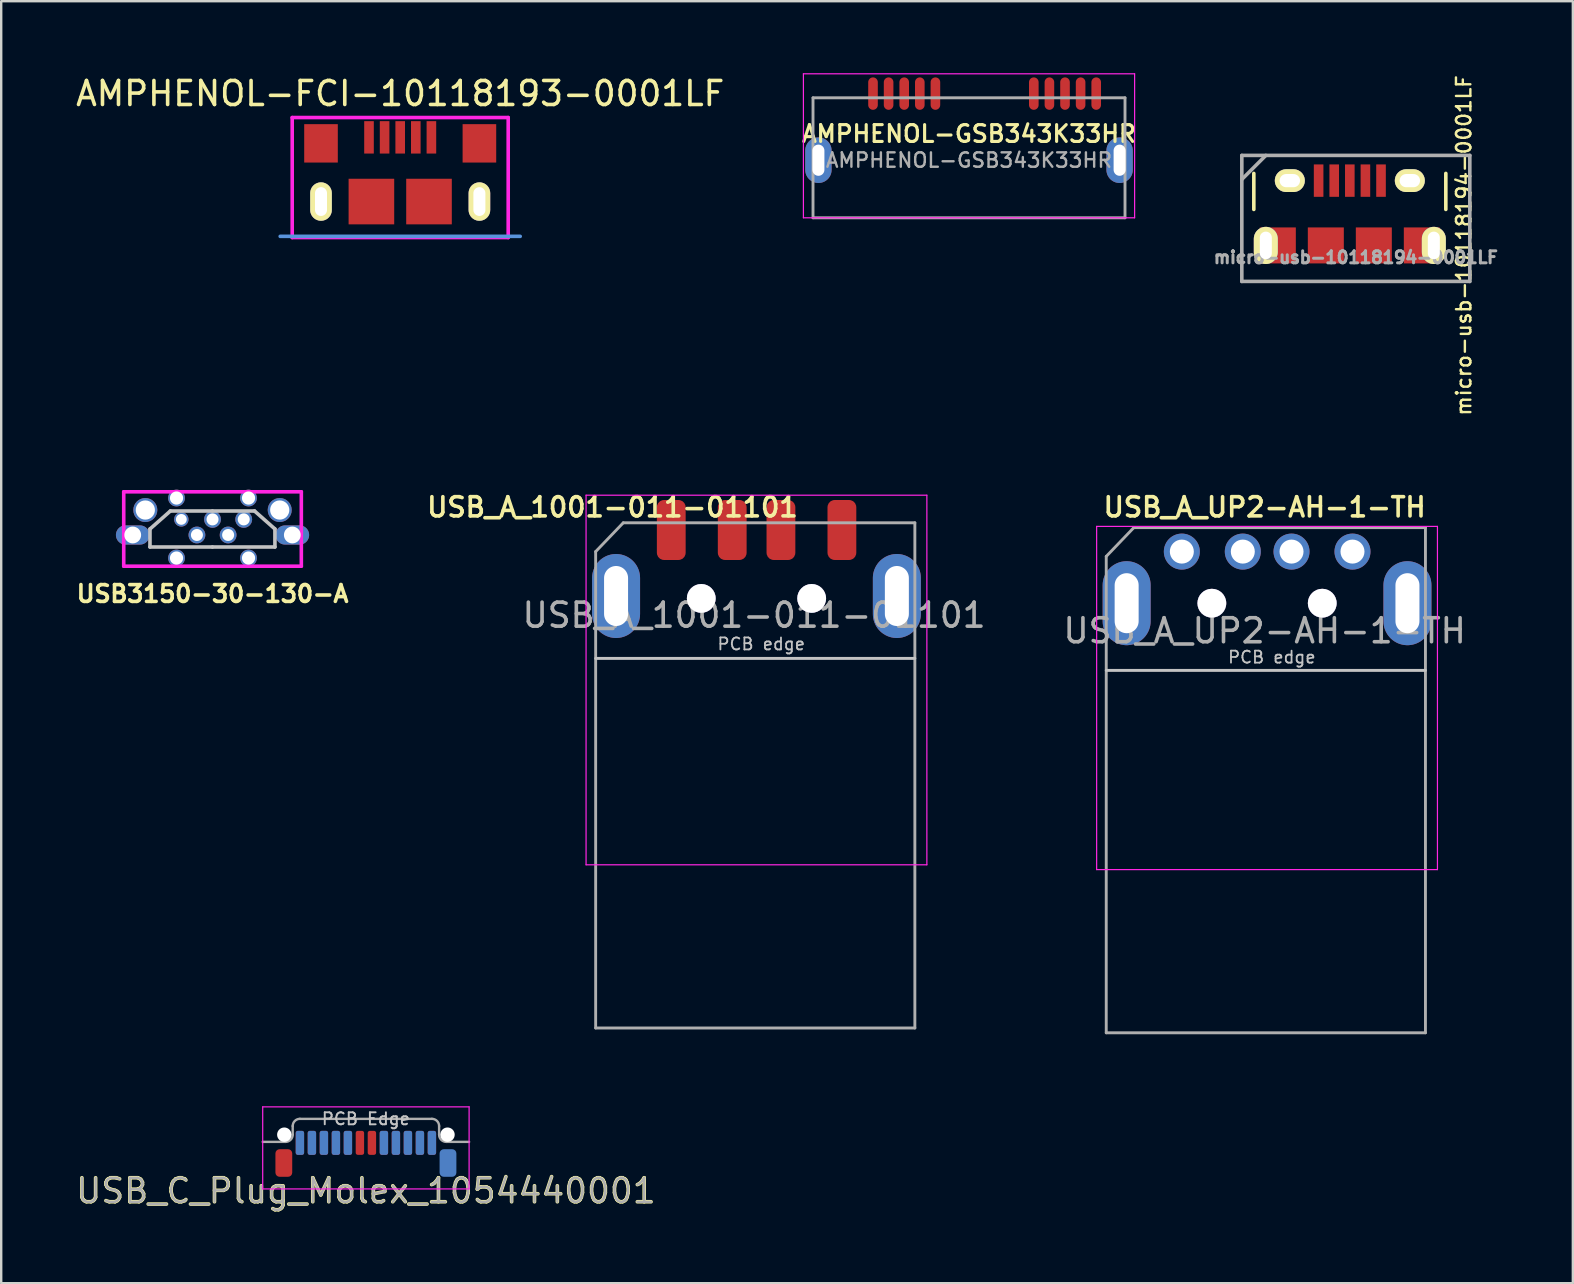
<source format=kicad_pcb>
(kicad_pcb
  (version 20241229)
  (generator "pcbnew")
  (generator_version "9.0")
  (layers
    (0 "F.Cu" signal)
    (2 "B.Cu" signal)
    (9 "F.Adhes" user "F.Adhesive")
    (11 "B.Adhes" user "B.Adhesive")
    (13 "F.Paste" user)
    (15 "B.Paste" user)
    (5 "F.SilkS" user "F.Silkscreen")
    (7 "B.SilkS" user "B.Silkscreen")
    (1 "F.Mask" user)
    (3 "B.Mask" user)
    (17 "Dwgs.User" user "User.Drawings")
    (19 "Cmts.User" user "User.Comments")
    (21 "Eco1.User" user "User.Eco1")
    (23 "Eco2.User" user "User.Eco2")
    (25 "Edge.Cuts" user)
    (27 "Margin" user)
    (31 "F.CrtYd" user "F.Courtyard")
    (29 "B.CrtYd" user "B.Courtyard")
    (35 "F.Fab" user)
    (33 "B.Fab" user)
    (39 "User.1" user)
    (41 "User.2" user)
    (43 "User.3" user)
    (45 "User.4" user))
  (footprint "micro-usb-10118194-0001LF"
    (layer "F.Cu")
    (at 53.192 7.176)
    (property "Reference" "micro-usb-10118194-0001LF" (at 4.75 0 90) (layer "F.SilkS") (effects (font (size 0.6 0.6) (thickness 0.1))))
    (attr through_hole)
    (fp_line (start -4 -3) (end -4 -1.5) (stroke (width 0.15) (type solid)) (layer "F.SilkS"))
    (fp_line (start 4 -3) (end 4 -1.5) (stroke (width 0.15) (type solid)) (layer "F.SilkS"))
    (fp_line (start 4.5 1.45) (end -4 1.45) (stroke (width 0.1) (type solid)) (layer "Eco1.User"))
    (fp_line (start -4.5 -3.75) (end -4.5 1.5) (stroke (width 0.15) (type solid)) (layer "F.Fab"))
    (fp_line (start -4.5 -2.75) (end -3.5 -3.75) (stroke (width 0.15) (type solid)) (layer "F.Fab"))
    (fp_line (start -4.5 1.5) (end 5 1.5) (stroke (width 0.15) (type solid)) (layer "F.Fab"))
    (fp_line (start 5 -3.75) (end -4.5 -3.75) (stroke (width 0.15) (type solid)) (layer "F.Fab"))
    (fp_line (start 5 1.5) (end 5 -3.75) (stroke (width 0.15) (type solid)) (layer "F.Fab"))
    (fp_text user "pcb-edge" (at 0.5 2 0) (layer "Eco1.User") (effects (font (size 1 1) (thickness 0.15))))
    (fp_text user "${REFERENCE}" (at 0.25 0.5 0) (layer "F.Fab") (effects (font (size 0.5 0.5) (thickness 0.125))))
    (pad "1" smd rect (at -1.3 -2.7) (size 0.4 1.35) (layers "F.Cu" "F.Mask" "F.Paste"))
    (pad "2" smd rect (at -0.65 -2.7) (size 0.4 1.35) (layers "F.Cu" "F.Mask" "F.Paste"))
    (pad "3" smd rect (at 0 -2.7) (size 0.4 1.35) (layers "F.Cu" "F.Mask" "F.Paste"))
    (pad "4" smd rect (at 0.65 -2.7) (size 0.4 1.35) (layers "F.Cu" "F.Mask" "F.Paste"))
    (pad "5" smd rect (at 1.3 -2.7) (size 0.4 1.35) (layers "F.Cu" "F.Mask" "F.Paste"))
    (pad "6" thru_hole oval (at -3.5 0) (size 1 1.55) (drill oval 0.5 1.15) (layers "*.Cu" "*.Mask" "F.SilkS"))
    (pad "6" smd rect (at -3 0) (size 1.5 1.5) (layers "F.Cu" "F.Mask" "F.Paste"))
    (pad "6" thru_hole oval (at -2.5 -2.7) (size 1.25 0.95) (drill oval 0.85 0.55) (layers "*.Cu" "*.Mask" "F.SilkS"))
    (pad "6" smd rect (at -1 0) (size 1.5 1.5) (layers "F.Cu" "F.Mask" "F.Paste"))
    (pad "6" smd rect (at 1 0) (size 1.5 1.5) (layers "F.Cu" "F.Mask" "F.Paste"))
    (pad "6" thru_hole oval (at 2.5 -2.7) (size 1.25 0.95) (drill oval 0.85 0.55) (layers "*.Cu" "*.Mask" "F.SilkS"))
    (pad "6" smd rect (at 3 0) (size 1.5 1.5) (layers "F.Cu" "F.Mask" "F.Paste"))
    (pad "6" thru_hole oval (at 3.5 0) (size 1 1.55) (drill oval 0.5 1.15) (layers "*.Cu" "*.Mask" "F.SilkS")))
  (footprint "USB_C_Plug_Molex_1054440001"
    (layer "F.Cu")
    (at 12.196 44.528)
    (property "Reference" "USB_C_Plug_Molex_1054440001" (at 0 2.04 0) (layer "F.SilkS") (effects (font (size 1 1) (thickness 0.15))))
    (attr smd)
    (fp_line (start -4.3 1.96) (end -4.3 -1.46) (stroke (width 0.05) (type solid)) (layer "F.CrtYd"))
    (fp_line (start 4.3 -1.46) (end -4.3 -1.46) (stroke (width 0.05) (type solid)) (layer "F.CrtYd"))
    (fp_line (start 4.3 1.96) (end -4.3 1.96) (stroke (width 0.05) (type solid)) (layer "F.CrtYd"))
    (fp_line (start 4.3 1.96) (end 4.3 -1.46) (stroke (width 0.05) (type solid)) (layer "F.CrtYd"))
    (fp_line (start -3.35 0) (end -4.3 0) (stroke (width 0.1) (type solid)) (layer "F.Fab"))
    (fp_line (start -3.05 -0.66) (end -3.05 -0.3) (stroke (width 0.1) (type solid)) (layer "F.Fab"))
    (fp_line (start -2.75 -0.96) (end 2.75 -0.96) (stroke (width 0.1) (type solid)) (layer "F.Fab"))
    (fp_line (start 3.05 -0.66) (end 3.05 -0.3) (stroke (width 0.1) (type solid)) (layer "F.Fab"))
    (fp_line (start 3.35 0) (end 4.3 0) (stroke (width 0.1) (type solid)) (layer "F.Fab"))
    (fp_arc (start -3.05 -0.66) (mid -2.962132 -0.872132) (end -2.75 -0.96) (stroke (width 0.1) (type solid)) (layer "F.Fab"))
    (fp_arc (start -3.05 -0.3) (mid -3.137868 -0.087868) (end -3.35 0) (stroke (width 0.1) (type solid)) (layer "F.Fab"))
    (fp_arc (start 2.75 -0.96) (mid 2.962132 -0.872132) (end 3.05 -0.66) (stroke (width 0.1) (type solid)) (layer "F.Fab"))
    (fp_arc (start 3.35 0) (mid 3.137868 -0.087868) (end 3.05 -0.3) (stroke (width 0.1) (type solid)) (layer "F.Fab"))
    (fp_text user "PCB Edge" (at 0 -0.96 0) (layer "Dwgs.User") (effects (font (size 0.5 0.5) (thickness 0.08))))
    (fp_text user "${REFERENCE}" (at 0 2.04 0) (layer "F.Fab") (effects (font (size 1 1) (thickness 0.1))))
    (pad "" np_thru_hole circle (at -3.4 -0.3) (size 0.6 0.6) (drill 0.6) (layers "*.Cu"))
    (pad "" np_thru_hole circle (at 3.4 -0.3) (size 0.6 0.6) (drill 0.6) (layers "*.Cu"))
    (pad "A1" smd roundrect (at -2.75 0.04) (size 0.35 1) (layers "F.Cu" "F.Mask" "F.Paste") (roundrect_rratio 0.25))
    (pad "A2" smd roundrect (at -2.25 0.04) (size 0.35 1) (layers "F.Cu" "F.Mask" "F.Paste") (roundrect_rratio 0.25))
    (pad "A3" smd roundrect (at -1.75 0.04) (size 0.35 1) (layers "F.Cu" "F.Mask" "F.Paste") (roundrect_rratio 0.25))
    (pad "A4" smd roundrect (at -1.25 0.04) (size 0.35 1) (layers "F.Cu" "F.Mask" "F.Paste") (roundrect_rratio 0.25))
    (pad "A5" smd roundrect (at -0.75 0.04) (size 0.35 1) (layers "F.Cu" "F.Mask" "F.Paste") (roundrect_rratio 0.25))
    (pad "A6" smd roundrect (at -0.25 0.04) (size 0.35 1) (layers "F.Cu" "F.Mask" "F.Paste") (roundrect_rratio 0.25))
    (pad "A7" smd roundrect (at 0.25 0.04) (size 0.35 1) (layers "F.Cu" "F.Mask" "F.Paste") (roundrect_rratio 0.25))
    (pad "A8" smd roundrect (at 0.75 0.04) (size 0.35 1) (layers "F.Cu" "F.Mask" "F.Paste") (roundrect_rratio 0.25))
    (pad "A9" smd roundrect (at 1.25 0.04) (size 0.35 1) (layers "F.Cu" "F.Mask" "F.Paste") (roundrect_rratio 0.25))
    (pad "A10" smd roundrect (at 1.75 0.04) (size 0.35 1) (layers "F.Cu" "F.Mask" "F.Paste") (roundrect_rratio 0.25))
    (pad "A11" smd roundrect (at 2.25 0.04) (size 0.35 1) (layers "F.Cu" "F.Mask" "F.Paste") (roundrect_rratio 0.25))
    (pad "A12" smd roundrect (at 2.75 0.04) (size 0.35 1) (layers "F.Cu" "F.Mask" "F.Paste") (roundrect_rratio 0.25))
    (pad "B1" smd roundrect (at 2.75 0.04) (size 0.35 1) (layers "B.Cu" "B.Mask" "B.Paste") (roundrect_rratio 0.25))
    (pad "B2" smd roundrect (at 2.25 0.04) (size 0.35 1) (layers "B.Cu" "B.Mask" "B.Paste") (roundrect_rratio 0.25))
    (pad "B3" smd roundrect (at 1.75 0.04) (size 0.35 1) (layers "B.Cu" "B.Mask" "B.Paste") (roundrect_rratio 0.25))
    (pad "B4" smd roundrect (at 1.25 0.04) (size 0.35 1) (layers "B.Cu" "B.Mask" "B.Paste") (roundrect_rratio 0.25))
    (pad "B5" smd roundrect (at 0.75 0.04) (size 0.35 1) (layers "B.Cu" "B.Mask" "B.Paste") (roundrect_rratio 0.25))
    (pad "B8" smd roundrect (at -0.75 0.04) (size 0.35 1) (layers "B.Cu" "B.Mask" "B.Paste") (roundrect_rratio 0.25))
    (pad "B9" smd roundrect (at -1.25 0.04) (size 0.35 1) (layers "B.Cu" "B.Mask" "B.Paste") (roundrect_rratio 0.25))
    (pad "B10" smd roundrect (at -1.75 0.04) (size 0.35 1) (layers "B.Cu" "B.Mask" "B.Paste") (roundrect_rratio 0.25))
    (pad "B11" smd roundrect (at -2.25 0.04) (size 0.35 1) (layers "B.Cu" "B.Mask" "B.Paste") (roundrect_rratio 0.25))
    (pad "B12" smd roundrect (at -2.75 0.04) (size 0.35 1) (layers "B.Cu" "B.Mask" "B.Paste") (roundrect_rratio 0.25))
    (pad "S1" smd roundrect (at -3.42 0.88) (size 0.7 1.15) (layers "F.Cu" "F.Mask" "F.Paste") (roundrect_rratio 0.25))
    (pad "S1" smd roundrect (at 3.42 0.88) (size 0.7 1.15) (layers "B.Cu" "B.Mask" "B.Paste") (roundrect_rratio 0.25)))
  (footprint "USB3150-30-130-A"
    (layer "F.Cu")
    (at 5.805 19.241)
    (property "Reference" "USB3150-30-130-A" (at 0 2.45 0) (layer "F.SilkS") (effects (font (size 0.7 0.7) (thickness 0.15))))
    (attr through_hole)
    (fp_line (start -2.606 -0.25) (end -2.606 0.5) (stroke (width 0.15) (type solid)) (layer "Dwgs.User"))
    (fp_line (start -2.606 0.5) (end -0.006 0.5) (stroke (width 0.15) (type solid)) (layer "Dwgs.User"))
    (fp_line (start -1.756 -1) (end -2.606 -0.25) (stroke (width 0.15) (type solid)) (layer "Dwgs.User"))
    (fp_line (start -1.756 -1) (end -0.006 -1) (stroke (width 0.15) (type solid)) (layer "Dwgs.User"))
    (fp_line (start 1.75 -1) (end 0 -1) (stroke (width 0.15) (type solid)) (layer "Dwgs.User"))
    (fp_line (start 1.75 -1) (end 2.6 -0.25) (stroke (width 0.15) (type solid)) (layer "Dwgs.User"))
    (fp_line (start 2.6 -0.25) (end 2.6 0.5) (stroke (width 0.15) (type solid)) (layer "Dwgs.User"))
    (fp_line (start 2.6 0.5) (end 0 0.5) (stroke (width 0.15) (type solid)) (layer "Dwgs.User"))
    (fp_line (start -3.7 -1.8) (end -3.7 1.3) (stroke (width 0.15) (type solid)) (layer "F.CrtYd"))
    (fp_line (start -3.7 -1.8) (end 3.7 -1.8) (stroke (width 0.15) (type solid)) (layer "F.CrtYd"))
    (fp_line (start -3.7 1.3) (end 3.7 1.3) (stroke (width 0.15) (type solid)) (layer "F.CrtYd"))
    (fp_line (start 3.7 1.3) (end 3.7 -1.8) (stroke (width 0.15) (type solid)) (layer "F.CrtYd"))
    (pad "" thru_hole circle (at -2.8 -1.04) (size 1 1) (drill 0.8) (layers "*.Cu" "*.Mask"))
    (pad "" thru_hole circle (at 2.8 -1.04) (size 1 1) (drill 0.8) (layers "*.Cu" "*.Mask"))
    (pad "1" thru_hole circle (at -1.3 -0.65) (size 0.6 0.6) (drill 0.45) (layers "*.Cu" "*.Mask"))
    (pad "2" thru_hole circle (at -0.65 0) (size 0.7 0.7) (drill 0.5) (layers "*.Cu" "*.Mask"))
    (pad "3" thru_hole circle (at 0 -0.65) (size 0.7 0.7) (drill 0.5) (layers "*.Cu" "*.Mask"))
    (pad "4" thru_hole circle (at 0.65 0) (size 0.7 0.7) (drill 0.5) (layers "*.Cu" "*.Mask"))
    (pad "5" thru_hole circle (at 1.3 -0.65) (size 0.7 0.7) (drill 0.5) (layers "*.Cu" "*.Mask"))
    (pad "6" thru_hole oval (at -3.325 0) (size 1.4 0.8) (drill 0.7) (layers "*.Cu" "*.Mask"))
    (pad "6" thru_hole circle (at -1.5 -1.54) (size 0.7 0.7) (drill 0.55) (layers "*.Cu" "*.Mask"))
    (pad "6" thru_hole circle (at -1.5 0.96) (size 0.7 0.7) (drill 0.55) (layers "*.Cu" "*.Mask"))
    (pad "6" thru_hole circle (at 1.5 -1.54) (size 0.7 0.7) (drill 0.55) (layers "*.Cu" "*.Mask"))
    (pad "6" thru_hole circle (at 1.5 0.96) (size 0.7 0.7) (drill 0.55) (layers "*.Cu" "*.Mask"))
    (pad "6" thru_hole oval (at 3.325 0) (size 1.4 0.8) (drill 0.7) (layers "*.Cu" "*.Mask")))
  (footprint "USB_A_UP2-AH-1-TH"
    (layer "F.Cu")
    (at 49.743 19.983)
    (property "Reference" "USB_A_UP2-AH-1-TH" (at -0.1 -1.9 0) (layer "F.SilkS") (effects (font (size 0.8 0.8) (thickness 0.15))))
    (attr through_hole)
    (fp_line (start 6.6 4.9) (end -6.7 4.9) (stroke (width 0.12) (type solid)) (layer "Dwgs.User"))
    (fp_line (start -7.1 -1.1) (end -7.1 13.2) (stroke (width 0.05) (type solid)) (layer "F.CrtYd"))
    (fp_line (start -7.1 -1.1) (end 7.1 -1.1) (stroke (width 0.05) (type solid)) (layer "F.CrtYd"))
    (fp_line (start 7.1 13.2) (end -7.1 13.2) (stroke (width 0.05) (type solid)) (layer "F.CrtYd"))
    (fp_line (start 7.1 13.2) (end 7.1 -1.1) (stroke (width 0.05) (type solid)) (layer "F.CrtYd"))
    (fp_line (start -6.7 0.15) (end -6.7 20) (stroke (width 0.12) (type solid)) (layer "F.Fab"))
    (fp_line (start -6.7 20) (end 6.6 20) (stroke (width 0.12) (type solid)) (layer "F.Fab"))
    (fp_line (start -5.55 -1.05) (end -6.7 0.15) (stroke (width 0.12) (type solid)) (layer "F.Fab"))
    (fp_line (start 6.6 -1.05) (end -5.55 -1.05) (stroke (width 0.12) (type solid)) (layer "F.Fab"))
    (fp_line (start 6.6 20) (end 6.6 -1.05) (stroke (width 0.12) (type solid)) (layer "F.Fab"))
    (fp_text user "PCB edge" (at 0.2 4.35 0) (layer "Dwgs.User") (effects (font (size 0.5 0.5) (thickness 0.075))))
    (fp_text user "${REFERENCE}" (at -0.1 3.25 0) (layer "F.Fab") (effects (font (size 1 1) (thickness 0.15))))
    (pad "1" thru_hole circle (at 3.56 -0.05 270) (size 1.5 1.5) (drill 1) (layers "*.Cu" "*.Mask"))
    (pad "2" thru_hole circle (at 1.02 -0.05 270) (size 1.5 1.5) (drill 1) (layers "*.Cu" "*.Mask"))
    (pad "3" thru_hole circle (at -1.01 -0.05 270) (size 1.5 1.5) (drill 1) (layers "*.Cu" "*.Mask"))
    (pad "4" thru_hole circle (at -3.55 -0.05 270) (size 1.5 1.5) (drill 1) (layers "*.Cu" "*.Mask"))
    (pad "5" thru_hole oval (at -5.85 2.1 270) (size 3.5 2) (drill oval 2.5 1) (layers "*.Cu" "*.Mask"))
    (pad "5" thru_hole oval (at 5.85 2.1 270) (size 3.5 2) (drill oval 2.5 1) (layers "*.Cu" "*.Mask"))
    (pad "6" thru_hole circle (at 2.3 2.1 270) (size 1.2 1.2) (drill 1.2) (layers "*.Cu" "*.Mask"))
    (pad "7" thru_hole circle (at -2.3 2.1 270) (size 1.2 1.2) (drill 1.2) (layers "*.Cu" "*.Mask")))
  (footprint "AMPHENOL-FCI-10118193-0001LF"
    (layer "F.Cu")
    (at 13.625 5.348)
    (property "Reference" "AMPHENOL-FCI-10118193-0001LF" (at 0 -4.5 0) (layer "F.SilkS") (effects (font (size 1 1) (thickness 0.15))))
    (attr through_hole)
    (fp_line (start -5 1.45) (end 5 1.45) (stroke (width 0.15) (type solid)) (layer "Cmts.User"))
    (fp_line (start -4.5 -3.5) (end 4.5 -3.5) (stroke (width 0.15) (type solid)) (layer "F.CrtYd"))
    (fp_line (start -4.5 1.5) (end -4.5 -3.5) (stroke (width 0.15) (type solid)) (layer "F.CrtYd"))
    (fp_line (start 4.5 -3.5) (end 4.5 1.5) (stroke (width 0.15) (type solid)) (layer "F.CrtYd"))
    (fp_line (start 4.5 1.5) (end -4.5 1.5) (stroke (width 0.15) (type solid)) (layer "F.CrtYd"))
    (pad "1" smd rect (at -1.3 -2.675) (size 0.4 1.35) (layers "F.Cu" "F.Mask" "F.Paste"))
    (pad "2" smd rect (at -0.65 -2.675) (size 0.4 1.35) (layers "F.Cu" "F.Mask" "F.Paste"))
    (pad "3" smd rect (at 0 -2.675) (size 0.4 1.35) (layers "F.Cu" "F.Mask" "F.Paste"))
    (pad "4" smd rect (at 0.65 -2.675) (size 0.4 1.35) (layers "F.Cu" "F.Mask" "F.Paste"))
    (pad "5" smd rect (at 1.3 -2.675) (size 0.4 1.35) (layers "F.Cu" "F.Mask" "F.Paste"))
    (pad "6" smd rect (at -3.3 -2.425) (size 1.4 1.6) (layers "F.Cu" "F.Mask" "F.Paste"))
    (pad "6" thru_hole oval (at -3.3 0) (size 0.9 1.6) (drill oval 0.5 1.2) (layers "*.Cu" "*.Mask" "F.SilkS"))
    (pad "6" smd rect (at -1.2 0) (size 1.9 1.9) (layers "F.Cu" "F.Mask" "F.Paste"))
    (pad "6" smd rect (at 1.2 0) (size 1.9 1.9) (layers "F.Cu" "F.Mask" "F.Paste"))
    (pad "6" smd rect (at 3.3 -2.425) (size 1.4 1.6) (layers "F.Cu" "F.Mask" "F.Paste"))
    (pad "6" thru_hole oval (at 3.3 0) (size 0.9 1.6) (drill oval 0.5 1.2) (layers "*.Cu" "*.Mask" "F.SilkS")))
  (footprint "AMPHENOL-GSB343K33HR"
    (layer "F.Cu")
    (at 37.325 3.625)
    (property "Reference" "AMPHENOL-GSB343K33HR" (at 0 -1.1 0) (layer "F.SilkS") (effects (font (size 0.7 0.7) (thickness 0.13))))
    (property "Value" "${VALUE}" (at 0 2 0) (layer "F.Fab") (hide yes) (effects (font (size 0.5 0.5) (thickness 0.07))))
    (attr through_hole)
    (fp_line (start -6.9 -3.6) (end -6.9 2.4) (stroke (width 0.05) (type solid)) (layer "F.CrtYd"))
    (fp_line (start -6.9 2.4) (end 6.9 2.4) (stroke (width 0.05) (type solid)) (layer "F.CrtYd"))
    (fp_line (start 6.9 -3.6) (end -6.9 -3.6) (stroke (width 0.05) (type solid)) (layer "F.CrtYd"))
    (fp_line (start 6.9 2.4) (end 6.9 -3.6) (stroke (width 0.05) (type solid)) (layer "F.CrtYd"))
    (fp_line (start -6.5 -2.6) (end 6.5 -2.6) (stroke (width 0.12) (type solid)) (layer "F.Fab"))
    (fp_line (start -6.5 2.4) (end -6.5 -2.6) (stroke (width 0.12) (type solid)) (layer "F.Fab"))
    (fp_line (start 6.5 -2.6) (end 6.5 2.4) (stroke (width 0.12) (type solid)) (layer "F.Fab"))
    (fp_line (start 6.5 2.4) (end -6.5 2.4) (stroke (width 0.12) (type solid)) (layer "F.Fab"))
    (fp_text user "${REFERENCE}" (at 0 0 0) (layer "F.Fab") (effects (font (size 0.6 0.6) (thickness 0.1))))
    (pad "1" smd oval (at -4 -2.775) (size 0.4 1.35) (layers "F.Cu" "F.Mask" "F.Paste"))
    (pad "2" smd oval (at -3.35 -2.775) (size 0.4 1.35) (layers "F.Cu" "F.Mask" "F.Paste"))
    (pad "3" smd oval (at -2.7 -2.775) (size 0.4 1.35) (layers "F.Cu" "F.Mask" "F.Paste"))
    (pad "4" smd oval (at -2.05 -2.775) (size 0.4 1.35) (layers "F.Cu" "F.Mask" "F.Paste"))
    (pad "5" smd oval (at -1.4 -2.775) (size 0.4 1.35) (layers "F.Cu" "F.Mask" "F.Paste"))
    (pad "6" smd oval (at 2.7 -2.775) (size 0.4 1.35) (layers "F.Cu" "F.Mask" "F.Paste"))
    (pad "7" smd oval (at 3.35 -2.775) (size 0.4 1.35) (layers "F.Cu" "F.Mask" "F.Paste"))
    (pad "8" smd oval (at 4 -2.775) (size 0.4 1.35) (layers "F.Cu" "F.Mask" "F.Paste"))
    (pad "9" smd oval (at 4.65 -2.775) (size 0.4 1.35) (layers "F.Cu" "F.Mask" "F.Paste"))
    (pad "10" smd oval (at 5.3 -2.775) (size 0.4 1.35) (layers "F.Cu" "F.Mask" "F.Paste"))
    (pad "11" thru_hole oval (at -6.275 0) (size 1.1 1.9) (drill oval 0.5 1.3) (layers "*.Cu" "*.Mask" "F.Paste"))
    (pad "11" thru_hole oval (at 6.275 0) (size 1.1 1.9) (drill oval 0.5 1.3) (layers "*.Cu" "*.Mask" "F.Paste")))
  (footprint "USB_A_1001-011-01101"
    (layer "F.Cu")
    (at 28.469 19.783)
    (property "Reference" "USB_A_1001-011-01101" (at -6 -1.7 0) (layer "F.SilkS") (effects (font (size 0.8 0.8) (thickness 0.15))))
    (attr through_hole)
    (fp_line (start 6.6 4.6) (end -6.7 4.6) (stroke (width 0.12) (type solid)) (layer "Dwgs.User"))
    (fp_line (start -7.1 -2.2) (end -7.1 13.2) (stroke (width 0.05) (type solid)) (layer "F.CrtYd"))
    (fp_line (start -7.1 -2.2) (end 7.1 -2.2) (stroke (width 0.05) (type solid)) (layer "F.CrtYd"))
    (fp_line (start 7.1 13.2) (end -7.1 13.2) (stroke (width 0.05) (type solid)) (layer "F.CrtYd"))
    (fp_line (start 7.1 13.2) (end 7.1 -2.2) (stroke (width 0.05) (type solid)) (layer "F.CrtYd"))
    (fp_line (start -6.7 0.15) (end -6.7 20) (stroke (width 0.12) (type solid)) (layer "F.Fab"))
    (fp_line (start -6.7 20) (end 6.6 20) (stroke (width 0.12) (type solid)) (layer "F.Fab"))
    (fp_line (start -5.55 -1.05) (end -6.7 0.15) (stroke (width 0.12) (type solid)) (layer "F.Fab"))
    (fp_line (start 6.6 -1.05) (end -5.55 -1.05) (stroke (width 0.12) (type solid)) (layer "F.Fab"))
    (fp_line (start 6.6 20) (end 6.6 -1.05) (stroke (width 0.12) (type solid)) (layer "F.Fab"))
    (fp_text user "PCB edge" (at 0.2 4 0) (layer "Dwgs.User") (effects (font (size 0.5 0.5) (thickness 0.075))))
    (fp_text user "${REFERENCE}" (at -0.1 2.8 0) (layer "F.Fab") (effects (font (size 1 1) (thickness 0.15))))
    (pad "1" smd roundrect (at 3.56 -0.75 270) (size 2.5 1.2) (layers "F.Cu" "F.Mask") (roundrect_rratio 0.25))
    (pad "2" smd roundrect (at 1.02 -0.75 270) (size 2.5 1.2) (layers "F.Cu" "F.Mask") (roundrect_rratio 0.25))
    (pad "3" smd roundrect (at -1.01 -0.75 270) (size 2.5 1.2) (layers "F.Cu" "F.Mask") (roundrect_rratio 0.25))
    (pad "4" smd roundrect (at -3.55 -0.75 270) (size 2.5 1.2) (layers "F.Cu" "F.Mask") (roundrect_rratio 0.25))
    (pad "5" thru_hole oval (at -5.85 2 270) (size 3.5 2) (drill oval 2.5 1) (layers "*.Cu" "*.Mask"))
    (pad "5" thru_hole oval (at 5.85 2 270) (size 3.5 2) (drill oval 2.5 1) (layers "*.Cu" "*.Mask"))
    (pad "6" thru_hole circle (at 2.3 2.1 270) (size 1.2 1.2) (drill 1.2) (layers "*.Cu" "*.Mask"))
    (pad "7" thru_hole circle (at -2.3 2.1 270) (size 1.2 1.2) (drill 1.2) (layers "*.Cu" "*.Mask")))
  (gr_rect
    (start -3 -3)
    (end 62.485 50.416)
    (stroke (width 0.1) (type default))
    (fill no)
    (layer "Edge.Cuts")))
</source>
